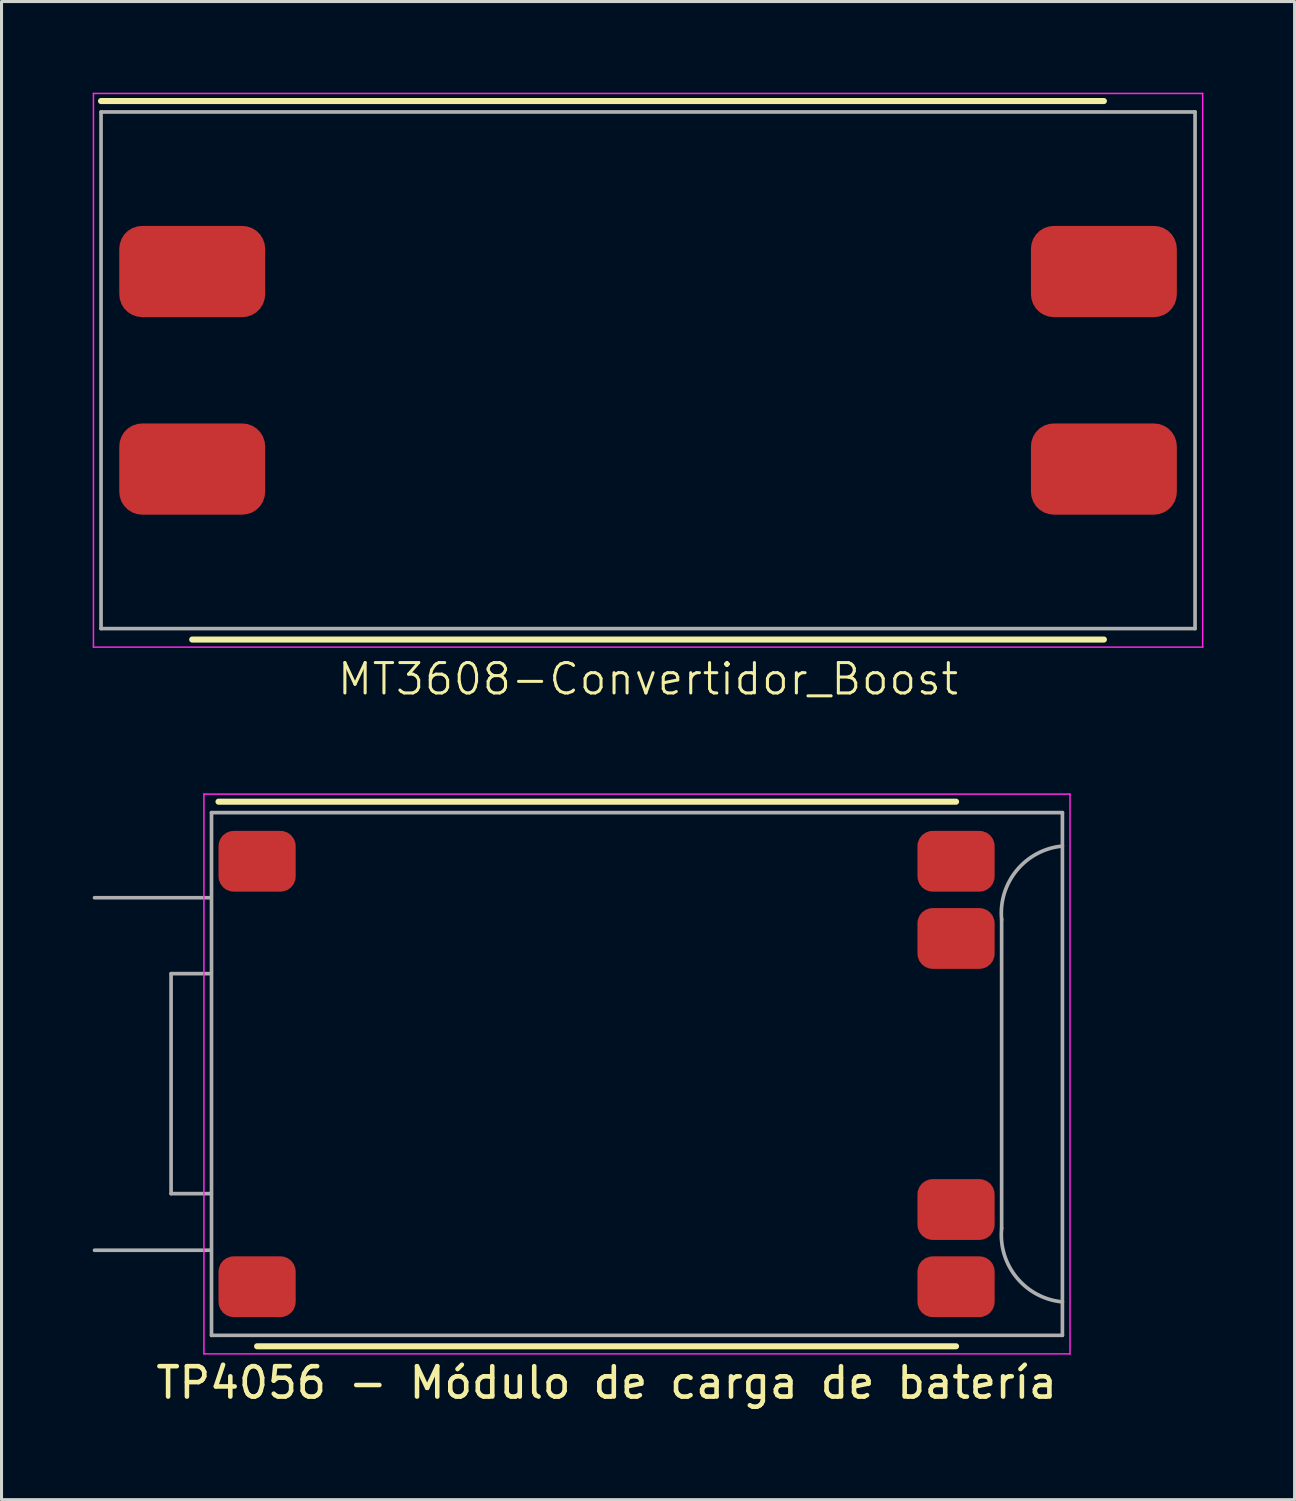
<source format=kicad_pcb>
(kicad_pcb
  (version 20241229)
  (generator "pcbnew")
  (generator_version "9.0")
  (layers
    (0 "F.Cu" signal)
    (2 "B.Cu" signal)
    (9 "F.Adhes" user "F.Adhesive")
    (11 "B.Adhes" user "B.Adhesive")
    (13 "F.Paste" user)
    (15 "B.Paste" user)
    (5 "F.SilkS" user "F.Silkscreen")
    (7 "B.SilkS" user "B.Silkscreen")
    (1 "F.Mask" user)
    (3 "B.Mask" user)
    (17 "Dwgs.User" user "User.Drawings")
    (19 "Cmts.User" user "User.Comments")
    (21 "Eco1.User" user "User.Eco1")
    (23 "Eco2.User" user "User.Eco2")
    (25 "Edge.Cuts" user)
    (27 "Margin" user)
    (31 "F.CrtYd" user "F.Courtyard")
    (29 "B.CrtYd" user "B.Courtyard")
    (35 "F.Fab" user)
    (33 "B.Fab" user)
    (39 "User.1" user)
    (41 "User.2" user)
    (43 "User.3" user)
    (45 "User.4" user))
  (footprint "TP4056 - Módulo de carga de batería"
    (layer "F.Cu")
    (at 16.91 32.291)
    (property "Reference" "TP4056 - Módulo de carga de batería" (at 0 10.16 0) (unlocked yes) (layer "F.SilkS") (effects (font (size 1 1) (thickness 0.15))))
    (attr smd)
    (fp_line (start -12.77 -8.96) (end 11.5 -8.96) (stroke (width 0.2) (type solid)) (layer "F.SilkS"))
    (fp_line (start -11.5 8.96) (end 11.5 8.96) (stroke (width 0.2) (type solid)) (layer "F.SilkS"))
    (fp_line (start -13.25 -9.21) (end 15.25 -9.21) (stroke (width 0.05) (type solid)) (layer "F.CrtYd"))
    (fp_line (start -13.25 9.21) (end -13.25 -9.21) (stroke (width 0.05) (type solid)) (layer "F.CrtYd"))
    (fp_line (start 15.25 -9.21) (end 15.25 9.21) (stroke (width 0.05) (type solid)) (layer "F.CrtYd"))
    (fp_line (start 15.25 9.21) (end -13.25 9.21) (stroke (width 0.05) (type solid)) (layer "F.CrtYd"))
    (fp_line (start -14.33 -3.302) (end -14.33 3.937) (stroke (width 0.12) (type solid)) (layer "F.Fab"))
    (fp_line (start -14.33 -3.302) (end -13.03 -3.302) (stroke (width 0.12) (type solid)) (layer "F.Fab"))
    (fp_line (start -14.33 3.937) (end -13.03 3.937) (stroke (width 0.12) (type solid)) (layer "F.Fab"))
    (fp_line (start -13.03 -5.8) (end -16.85 -5.8) (stroke (width 0.12) (type solid)) (layer "F.Fab"))
    (fp_line (start -13.03 5.8) (end -16.85 5.8) (stroke (width 0.12) (type solid)) (layer "F.Fab"))
    (fp_line (start -13 -8.6) (end 15 -8.6) (stroke (width 0.12) (type solid)) (layer "F.Fab"))
    (fp_line (start -13 8.6) (end -13 -8.6) (stroke (width 0.12) (type solid)) (layer "F.Fab"))
    (fp_line (start 13 -5.08) (end 13 5.08) (stroke (width 0.12) (type solid)) (layer "F.Fab"))
    (fp_line (start 15 -8.6) (end 15 8.6) (stroke (width 0.12) (type solid)) (layer "F.Fab"))
    (fp_line (start 15 8.6) (end -13 8.6) (stroke (width 0.12) (type solid)) (layer "F.Fab"))
    (fp_arc (start 13 -5.08) (mid 13.498802 -6.704214) (end 15 -7.5) (stroke (width 0.12) (type solid)) (layer "F.Fab"))
    (fp_arc (start 15 7.5) (mid 13.498802 6.704214) (end 13 5.08) (stroke (width 0.12) (type solid)) (layer "F.Fab"))
    (pad "1" smd roundrect (at -11.5 -7) (size 2.54 2) (layers "F.Cu" "F.Mask" "F.Paste") (roundrect_rratio 0.25))
    (pad "2" smd roundrect (at -11.5 7) (size 2.54 2) (layers "F.Cu" "F.Mask" "F.Paste") (roundrect_rratio 0.25))
    (pad "3" smd roundrect (at 11.5 7) (size 2.54 2) (layers "F.Cu" "F.Mask" "F.Paste") (roundrect_rratio 0.25))
    (pad "4" smd roundrect (at 11.5 4.46) (size 2.54 2) (layers "F.Cu" "F.Mask" "F.Paste") (roundrect_rratio 0.25))
    (pad "5" smd roundrect (at 11.5 -4.46) (size 2.54 2) (layers "F.Cu" "F.Mask" "F.Paste") (roundrect_rratio 0.25))
    (pad "6" smd roundrect (at 11.5 -7) (size 2.54 2) (layers "F.Cu" "F.Mask" "F.Paste") (roundrect_rratio 0.25)))
  (footprint "MT3608-Convertidor_Boost"
    (layer "F.Cu")
    (at 18.275 9.135)
    (property "Reference" "MT3608-Convertidor_Boost" (at 0 10.16 0) (unlocked yes) (layer "F.SilkS") (effects (font (size 1 1) (thickness 0.1))))
    (attr smd)
    (fp_line (start 15 -8.86) (end -18 -8.86) (stroke (width 0.2) (type default)) (layer "F.SilkS"))
    (fp_line (start 15 8.86) (end -15 8.86) (stroke (width 0.2) (type default)) (layer "F.SilkS"))
    (fp_line (start -18.25 -9.11) (end -18.25 9.11) (stroke (width 0.05) (type default)) (layer "F.CrtYd"))
    (fp_line (start -18.25 9.11) (end 18.25 9.11) (stroke (width 0.05) (type default)) (layer "F.CrtYd"))
    (fp_line (start 18.25 -9.11) (end -18.25 -9.11) (stroke (width 0.05) (type default)) (layer "F.CrtYd"))
    (fp_line (start 18.25 9.11) (end 18.25 -9.11) (stroke (width 0.05) (type default)) (layer "F.CrtYd"))
    (fp_line (start -18 -8.5) (end 18 -8.5) (stroke (width 0.12) (type default)) (layer "F.Fab"))
    (fp_line (start -18 8.5) (end -18 -8.5) (stroke (width 0.12) (type default)) (layer "F.Fab"))
    (fp_line (start 18 -8.5) (end 18 8.5) (stroke (width 0.12) (type default)) (layer "F.Fab"))
    (fp_line (start 18 8.5) (end -18 8.5) (stroke (width 0.12) (type default)) (layer "F.Fab"))
    (pad "1" smd roundrect (at -15 -3.25) (size 4.8 3) (layers "F.Cu" "F.Mask" "F.Paste") (roundrect_rratio 0.25))
    (pad "2" smd roundrect (at -15 3.25) (size 4.8 3) (layers "F.Cu" "F.Mask" "F.Paste") (roundrect_rratio 0.25))
    (pad "3" smd roundrect (at 15 3.25) (size 4.8 3) (layers "F.Cu" "F.Mask" "F.Paste") (roundrect_rratio 0.25))
    (pad "4" smd roundrect (at 15 -3.25) (size 4.8 3) (layers "F.Cu" "F.Mask" "F.Paste") (roundrect_rratio 0.25)))
  (gr_rect
    (start -3 -3)
    (end 39.55 46.299)
    (stroke (width 0.1) (type default))
    (fill no)
    (layer "Edge.Cuts")))
</source>
